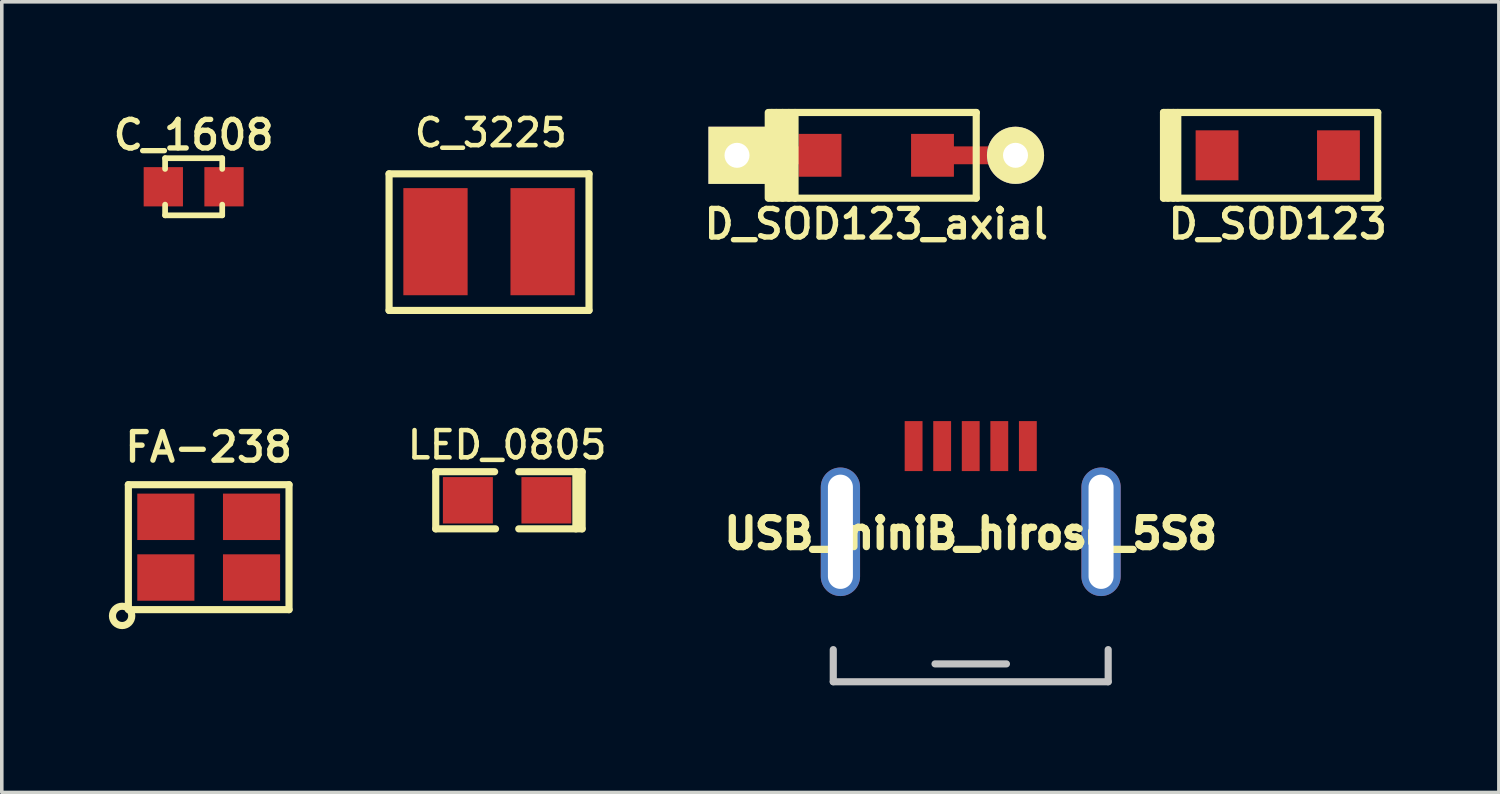
<source format=kicad_pcb>
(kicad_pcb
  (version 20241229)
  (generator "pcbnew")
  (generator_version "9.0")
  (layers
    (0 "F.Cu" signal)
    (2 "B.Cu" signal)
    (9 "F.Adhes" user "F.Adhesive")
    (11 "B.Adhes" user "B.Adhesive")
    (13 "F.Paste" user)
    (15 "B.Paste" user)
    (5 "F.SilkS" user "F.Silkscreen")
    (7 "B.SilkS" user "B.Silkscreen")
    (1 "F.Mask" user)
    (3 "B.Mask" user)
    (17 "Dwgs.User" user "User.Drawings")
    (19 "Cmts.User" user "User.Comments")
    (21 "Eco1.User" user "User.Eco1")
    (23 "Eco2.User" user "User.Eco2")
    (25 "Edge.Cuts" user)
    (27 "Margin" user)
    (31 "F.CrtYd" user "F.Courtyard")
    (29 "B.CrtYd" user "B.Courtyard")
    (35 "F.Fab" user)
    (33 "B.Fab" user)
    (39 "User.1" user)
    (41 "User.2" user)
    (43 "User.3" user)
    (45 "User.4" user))
  (footprint "LED_0805"
    (layer "F.Cu")
    (at 11.154 10.962)
    (property "Reference" "LED_0805" (at 0 -1.55 0) (layer "F.SilkS") (effects (font (size 0.762 0.762) (thickness 0.127))))
    (attr smd)
    (fp_line (start -2 -0.8) (end -0.35 -0.8) (stroke (width 0.2) (type solid)) (layer "F.SilkS"))
    (fp_line (start -2 0.8) (end -2 -0.8) (stroke (width 0.2) (type solid)) (layer "F.SilkS"))
    (fp_line (start -2 0.8) (end -0.325 0.8) (stroke (width 0.2) (type solid)) (layer "F.SilkS"))
    (fp_line (start 0.325 0.8) (end 2.1 0.8) (stroke (width 0.2) (type solid)) (layer "F.SilkS"))
    (fp_line (start 1.925 -0.8) (end 1.925 0.8) (stroke (width 0.2) (type solid)) (layer "F.SilkS"))
    (fp_line (start 2.1 -0.8) (end 0.325 -0.8) (stroke (width 0.2) (type solid)) (layer "F.SilkS"))
    (fp_line (start 2.1 0.8) (end 2.1 -0.8) (stroke (width 0.2) (type solid)) (layer "F.SilkS"))
    (pad "1" smd rect (at -1.1 0) (size 1.4 1.3) (layers "F.Cu" "F.Mask" "F.Paste"))
    (pad "2" smd rect (at 1.1 0) (size 1.4 1.3) (layers "F.Cu" "F.Mask" "F.Paste")))
  (footprint "C_3225"
    (layer "F.Cu")
    (at 10.647 3.719)
    (property "Reference" "C_3225" (at 0.05 -3.05 0) (layer "F.SilkS") (effects (font (size 0.762 0.762) (thickness 0.127))))
    (attr smd)
    (fp_line (start -2.8 -1.9) (end -2.8 1.925) (stroke (width 0.2) (type solid)) (layer "F.SilkS"))
    (fp_line (start -2.8 1.925) (end 2.8 1.925) (stroke (width 0.2) (type solid)) (layer "F.SilkS"))
    (fp_line (start 2.8 -1.9) (end -2.8 -1.9) (stroke (width 0.2) (type solid)) (layer "F.SilkS"))
    (fp_line (start 2.8 1.925) (end 2.8 -1.9) (stroke (width 0.2) (type solid)) (layer "F.SilkS"))
    (pad "1" smd rect (at -1.5 0) (size 1.8 3) (layers "F.Cu" "F.Mask"))
    (pad "2" smd rect (at 1.5 0) (size 1.8 3) (layers "F.Cu" "F.Mask")))
  (footprint "FA-238"
    (layer "F.Cu")
    (at 2.795 12.275)
    (property "Reference" "FA-238" (at 0 -2.8 0) (layer "F.SilkS") (effects (font (size 0.8 0.8) (thickness 0.15))))
    (attr through_hole)
    (fp_line (start -2.25 -1.75) (end 2.25 -1.75) (stroke (width 0.2) (type solid)) (layer "F.SilkS"))
    (fp_line (start -2.25 1.725) (end -2.25 -1.75) (stroke (width 0.2) (type solid)) (layer "F.SilkS"))
    (fp_line (start 2.25 -1.75) (end 2.25 1.75) (stroke (width 0.2) (type solid)) (layer "F.SilkS"))
    (fp_line (start 2.25 1.75) (end -2.25 1.75) (stroke (width 0.2) (type solid)) (layer "F.SilkS"))
    (fp_circle (center -2.425 1.925) (end -2.65 2.075) (stroke (width 0.2) (type solid)) (fill no) (layer "F.SilkS"))
    (pad "1" smd rect (at -1.1 0.8) (size 1.6 1.3) (drill (offset -0.1 0.05)) (layers "F.Cu" "F.Mask" "F.Paste"))
    (pad "2" smd rect (at 1.1 -0.8) (size 1.6 1.3) (drill (offset 0.1 -0.05)) (layers "F.Cu" "F.Mask" "F.Paste"))
    (pad "3" smd rect (at -1.1 -0.8) (size 1.6 1.3) (drill (offset -0.1 -0.05)) (layers "F.Cu" "F.Mask" "F.Paste"))
    (pad "3" smd rect (at 1.1 0.8) (size 1.6 1.3) (drill (offset 0.1 0.05)) (layers "F.Cu" "F.Mask" "F.Paste")))
  (footprint "C_1608"
    (layer "F.Cu")
    (at 2.374 2.181)
    (property "Reference" "C_1608" (at 0 -1.45 0) (layer "F.SilkS") (effects (font (size 0.8 0.8) (thickness 0.15))))
    (attr through_hole)
    (fp_line (start -0.8 -0.8) (end -0.8 -0.5) (stroke (width 0.16) (type solid)) (layer "F.SilkS"))
    (fp_line (start -0.8 -0.8) (end 0.8 -0.8) (stroke (width 0.16) (type solid)) (layer "F.SilkS"))
    (fp_line (start -0.8 0.8) (end -0.8 0.5) (stroke (width 0.16) (type solid)) (layer "F.SilkS"))
    (fp_line (start 0.8 -0.8) (end 0.8 -0.5) (stroke (width 0.16) (type solid)) (layer "F.SilkS"))
    (fp_line (start 0.8 0.5) (end 0.8 0.8) (stroke (width 0.16) (type solid)) (layer "F.SilkS"))
    (fp_line (start 0.8 0.8) (end -0.8 0.8) (stroke (width 0.16) (type solid)) (layer "F.SilkS"))
    (pad "1" smd rect (at -0.85 0) (size 1.1 1.1) (layers "F.Cu" "F.Mask" "F.Paste"))
    (pad "2" smd rect (at 0.85 0) (size 1.1 1.1) (layers "F.Cu" "F.Mask" "F.Paste")))
  (footprint "USB_miniB_hirose_5S8"
    (layer "F.Cu")
    (at 24.138 9.444)
    (property "Reference" "USB_miniB_hirose_5S8" (at 0 2.45 0) (layer "F.SilkS") (effects (font (size 0.813 0.813) (thickness 0.203))))
    (attr through_hole)
    (fp_line (start -3.85 6.6) (end -3.85 5.7) (stroke (width 0.2) (type solid)) (layer "Dwgs.User"))
    (fp_line (start -3.85 6.6) (end 3.85 6.6) (stroke (width 0.2) (type solid)) (layer "Dwgs.User"))
    (fp_line (start -1 6.1) (end 1 6.1) (stroke (width 0.2) (type solid)) (layer "Dwgs.User"))
    (fp_line (start 3.85 6.6) (end 3.85 5.7) (stroke (width 0.2) (type solid)) (layer "Dwgs.User"))
    (pad "1" smd rect (at -1.6 0) (size 0.5 1.4) (layers "F.Cu" "F.Mask" "F.Paste"))
    (pad "2" smd rect (at -0.8 0) (size 0.5 1.4) (layers "F.Cu" "F.Mask" "F.Paste"))
    (pad "3" smd rect (at 0 0) (size 0.5 1.4) (layers "F.Cu" "F.Mask" "F.Paste"))
    (pad "4" smd rect (at 0.8 0) (size 0.5 1.4) (layers "F.Cu" "F.Mask" "F.Paste"))
    (pad "5" smd rect (at 1.6 0) (size 0.5 1.4) (layers "F.Cu" "F.Mask" "F.Paste"))
    (pad "6" thru_hole oval (at -3.65 2.4) (size 1.1 3.6) (drill oval 0.7 3.2) (layers "*.Cu" "*.Mask" "F.Paste"))
    (pad "6" thru_hole oval (at 3.65 2.4) (size 1.1 3.6) (drill oval 0.7 3.2) (layers "*.Cu" "*.Mask" "F.Paste")))
  (footprint "D_SOD123"
    (layer "F.Cu")
    (at 32.737 1.3)
    (property "Reference" "D_SOD123" (at 0 1.925 0) (layer "F.SilkS") (effects (font (size 0.8 0.8) (thickness 0.15))))
    (attr through_hole)
    (fp_line (start -3.2 -1.2) (end 2.8 -1.2) (stroke (width 0.2) (type solid)) (layer "F.SilkS"))
    (fp_line (start -3.2 1.2) (end -3.2 -1.2) (stroke (width 0.2) (type solid)) (layer "F.SilkS"))
    (fp_line (start -3.075 1.2) (end -3.075 -1.2) (stroke (width 0.2) (type solid)) (layer "F.SilkS"))
    (fp_line (start -2.925 -1.2) (end -2.925 1.2) (stroke (width 0.2) (type solid)) (layer "F.SilkS"))
    (fp_line (start -2.8 -1.2) (end -2.8 1.2) (stroke (width 0.2) (type solid)) (layer "F.SilkS"))
    (fp_line (start 2.8 -1.2) (end 2.8 1.2) (stroke (width 0.2) (type solid)) (layer "F.SilkS"))
    (fp_line (start 2.8 1.2) (end -3.2 1.2) (stroke (width 0.2) (type solid)) (layer "F.SilkS"))
    (pad "1" smd rect (at 1.7 0) (size 1.2 1.4) (layers "F.Cu" "F.Mask" "F.Paste"))
    (pad "2" smd rect (at -1.7 0) (size 1.2 1.4) (layers "F.Cu" "F.Mask" "F.Paste")))
  (footprint "D_SOD123_axial"
    (layer "F.Cu")
    (at 21.492 1.3)
    (property "Reference" "D_SOD123_axial" (at 0 1.925 0) (layer "F.SilkS") (effects (font (size 0.8 0.8) (thickness 0.15))))
    (attr through_hole)
    (fp_line (start -3.025 1.2) (end -3.025 -1.2) (stroke (width 0.2) (type solid)) (layer "F.SilkS"))
    (fp_line (start -3 -1.2) (end 2.8 -1.2) (stroke (width 0.2) (type solid)) (layer "F.SilkS"))
    (fp_line (start -2.925 -1.2) (end -2.925 1.2) (stroke (width 0.2) (type solid)) (layer "F.SilkS"))
    (fp_line (start -2.8 -1.2) (end -2.8 1.2) (stroke (width 0.2) (type solid)) (layer "F.SilkS"))
    (fp_line (start -2.625 -1.2) (end -2.625 1.2) (stroke (width 0.2) (type solid)) (layer "F.SilkS"))
    (fp_line (start -2.45 -1.2) (end -2.45 1.2) (stroke (width 0.2) (type solid)) (layer "F.SilkS"))
    (fp_line (start -2.275 -1.2) (end -2.275 1.2) (stroke (width 0.2) (type solid)) (layer "F.SilkS"))
    (fp_line (start 2.8 -1.2) (end 2.8 1.2) (stroke (width 0.2) (type solid)) (layer "F.SilkS"))
    (fp_line (start 2.8 1.2) (end -3 1.2) (stroke (width 0.2) (type solid)) (layer "F.SilkS"))
    (pad "1" smd rect (at 1.575 0) (size 1.2 1.2) (layers "F.Cu" "F.Mask" "F.Paste"))
    (pad "1" smd rect (at 2.7 0) (size 2.5 0.5) (layers "F.Cu"))
    (pad "1" thru_hole circle (at 3.9 0) (size 1.6 1.6) (drill 0.7) (layers "*.Cu" "*.Mask" "F.SilkS"))
    (pad "2" thru_hole rect (at -3.9 0) (size 1.6 1.6) (drill 0.7) (layers "*.Cu" "*.Mask" "F.SilkS"))
    (pad "2" smd rect (at -2.7 0) (size 2.5 0.5) (layers "F.Cu"))
    (pad "2" smd rect (at -1.575 0) (size 1.2 1.2) (layers "F.Cu" "F.Mask" "F.Paste")))
  (gr_rect
    (start -3 -3)
    (end 38.93 19.144)
    (stroke (width 0.1) (type default))
    (fill no)
    (layer "Edge.Cuts")))
</source>
